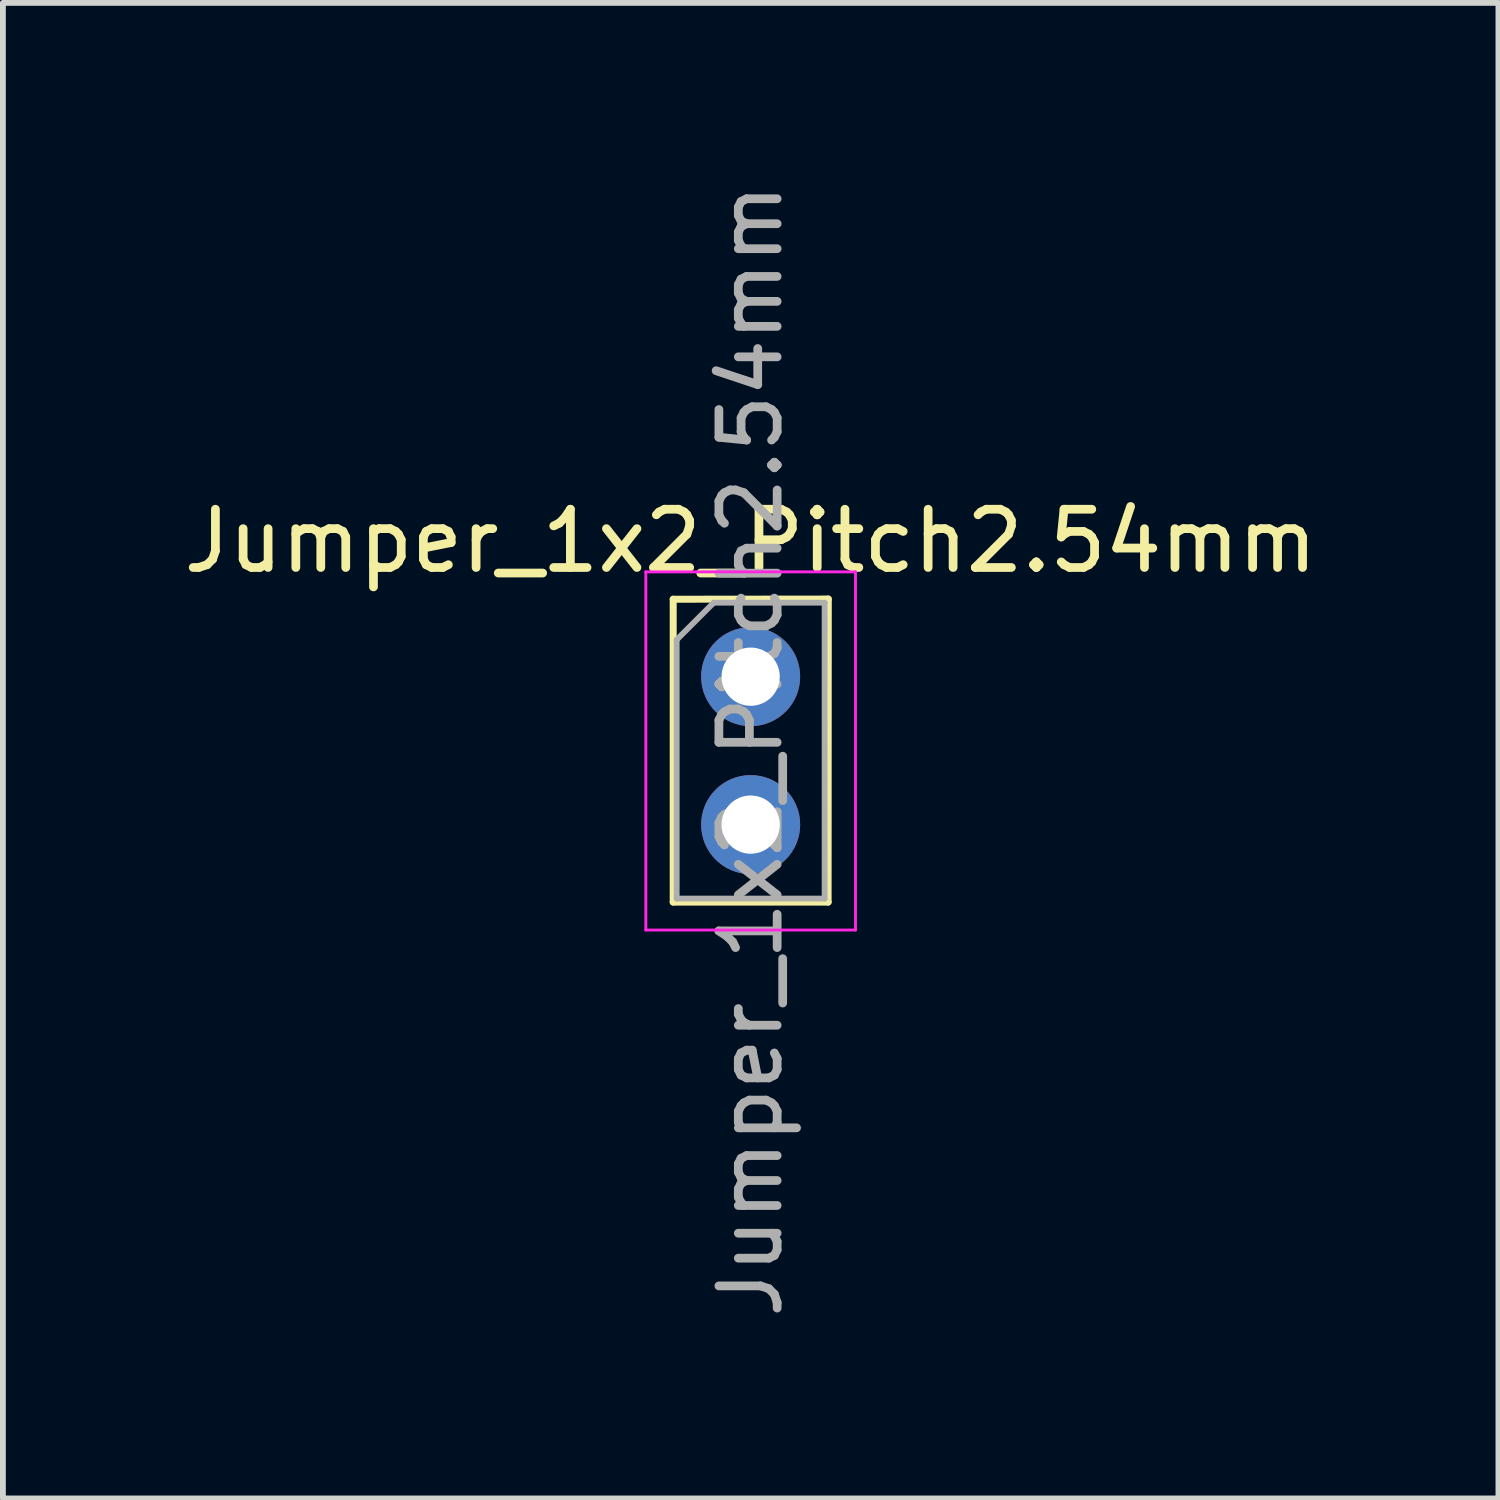
<source format=kicad_pcb>
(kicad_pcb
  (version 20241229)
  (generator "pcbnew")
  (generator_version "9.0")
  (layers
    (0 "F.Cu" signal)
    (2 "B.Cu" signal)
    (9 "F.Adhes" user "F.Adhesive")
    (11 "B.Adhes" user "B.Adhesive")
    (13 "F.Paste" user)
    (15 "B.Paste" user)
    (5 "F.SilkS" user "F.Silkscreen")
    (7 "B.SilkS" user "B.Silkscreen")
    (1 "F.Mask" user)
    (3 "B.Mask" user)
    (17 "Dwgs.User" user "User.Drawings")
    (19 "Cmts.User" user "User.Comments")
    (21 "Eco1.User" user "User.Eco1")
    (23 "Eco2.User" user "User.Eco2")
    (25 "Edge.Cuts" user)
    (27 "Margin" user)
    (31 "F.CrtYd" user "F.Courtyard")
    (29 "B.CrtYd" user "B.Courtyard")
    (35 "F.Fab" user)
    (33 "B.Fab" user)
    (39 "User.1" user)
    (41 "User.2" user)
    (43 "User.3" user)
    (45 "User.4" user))
  (footprint "Jumper_1x2_Pitch2.54mm"
    (layer "F.Cu")
    (at 9.839 8.569)
    (property "Reference" "Jumper_1x2_Pitch2.54mm" (at 0 -2.33 0) (layer "F.SilkS") (effects (font (size 1 1) (thickness 0.15))))
    (attr through_hole)
    (fp_line (start -1.33 -1.33) (end -1.33 3.87) (stroke (width 0.12) (type solid)) (layer "F.SilkS"))
    (fp_line (start -1.33 -1.33) (end 1.333 -1.333) (stroke (width 0.12) (type solid)) (layer "F.SilkS"))
    (fp_line (start -1.33 3.87) (end 1.33 3.87) (stroke (width 0.12) (type solid)) (layer "F.SilkS"))
    (fp_line (start 1.333 -1.333) (end 1.33 3.87) (stroke (width 0.12) (type solid)) (layer "F.SilkS"))
    (fp_line (start -1.8 -1.8) (end -1.8 4.35) (stroke (width 0.05) (type solid)) (layer "F.CrtYd"))
    (fp_line (start -1.8 4.35) (end 1.8 4.35) (stroke (width 0.05) (type solid)) (layer "F.CrtYd"))
    (fp_line (start 1.8 -1.8) (end -1.8 -1.8) (stroke (width 0.05) (type solid)) (layer "F.CrtYd"))
    (fp_line (start 1.8 4.35) (end 1.8 -1.8) (stroke (width 0.05) (type solid)) (layer "F.CrtYd"))
    (fp_line (start -1.27 -0.635) (end -0.635 -1.27) (stroke (width 0.1) (type solid)) (layer "F.Fab"))
    (fp_line (start -1.27 3.81) (end -1.27 -0.635) (stroke (width 0.1) (type solid)) (layer "F.Fab"))
    (fp_line (start -0.635 -1.27) (end 1.27 -1.27) (stroke (width 0.1) (type solid)) (layer "F.Fab"))
    (fp_line (start 1.27 -1.27) (end 1.27 3.81) (stroke (width 0.1) (type solid)) (layer "F.Fab"))
    (fp_line (start 1.27 3.81) (end -1.27 3.81) (stroke (width 0.1) (type solid)) (layer "F.Fab"))
    (fp_text user "${REFERENCE}" (at 0 1.27 90) (layer "F.Fab") (effects (font (size 1 1) (thickness 0.15))))
    (pad "1" thru_hole circle (at 0 0) (size 1.7 1.7) (drill 1) (layers "*.Cu" "*.Mask"))
    (pad "2" thru_hole oval (at 0 2.54) (size 1.7 1.7) (drill 1) (layers "*.Cu" "*.Mask")))
  (gr_rect
    (start -3 -3)
    (end 22.679 22.679)
    (stroke (width 0.1) (type default))
    (fill no)
    (layer "Edge.Cuts")))
</source>
